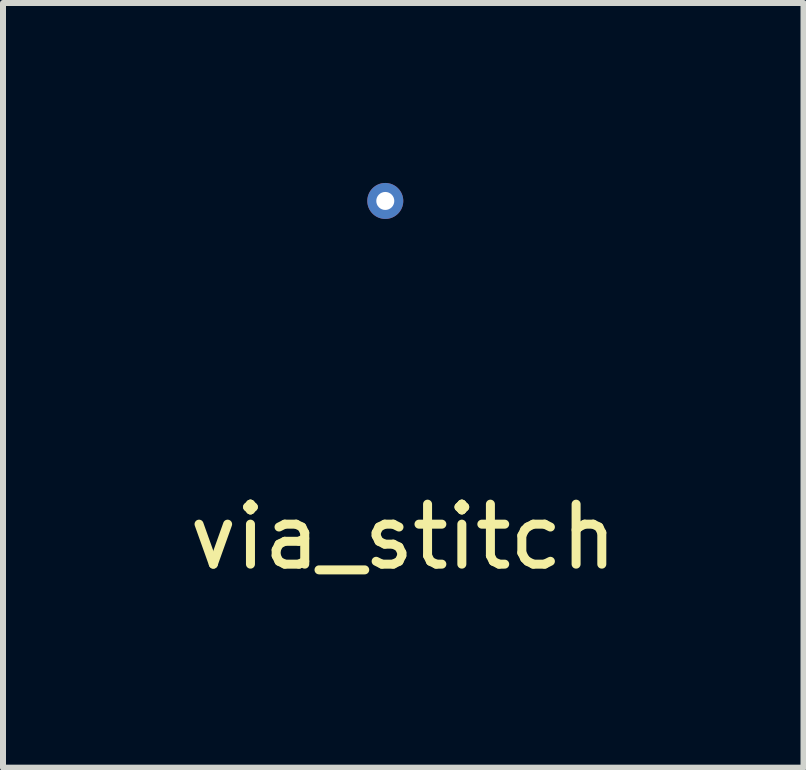
<source format=kicad_pcb>
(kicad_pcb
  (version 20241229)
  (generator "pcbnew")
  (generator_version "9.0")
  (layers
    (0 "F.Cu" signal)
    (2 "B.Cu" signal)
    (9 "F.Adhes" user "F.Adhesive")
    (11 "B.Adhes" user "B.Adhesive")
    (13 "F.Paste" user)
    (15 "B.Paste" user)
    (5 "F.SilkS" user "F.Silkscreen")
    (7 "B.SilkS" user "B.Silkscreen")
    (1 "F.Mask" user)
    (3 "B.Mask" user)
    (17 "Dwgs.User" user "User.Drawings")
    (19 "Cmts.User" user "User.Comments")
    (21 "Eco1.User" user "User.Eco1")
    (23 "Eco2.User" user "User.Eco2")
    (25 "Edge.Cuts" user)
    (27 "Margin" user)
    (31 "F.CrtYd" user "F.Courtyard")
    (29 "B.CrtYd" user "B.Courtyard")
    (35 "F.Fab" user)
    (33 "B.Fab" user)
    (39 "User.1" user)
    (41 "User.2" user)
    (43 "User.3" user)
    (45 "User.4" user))
  (footprint "via_stitch"
    (layer "F.Cu")
    (at 3.373 0.3)
    (property "Reference" "via_stitch" (at 0.3 5.6 0) (layer "F.SilkS") (effects (font (size 1 1) (thickness 0.15))))
    (attr through_hole)
    (pad "1" thru_hole circle (at 0 0) (size 0.6 0.6) (drill 0.3) (layers "*.Cu")))
  (gr_rect
    (start -3 -3)
    (end 10.345 9.748)
    (stroke (width 0.1) (type default))
    (fill no)
    (layer "Edge.Cuts")))
</source>
